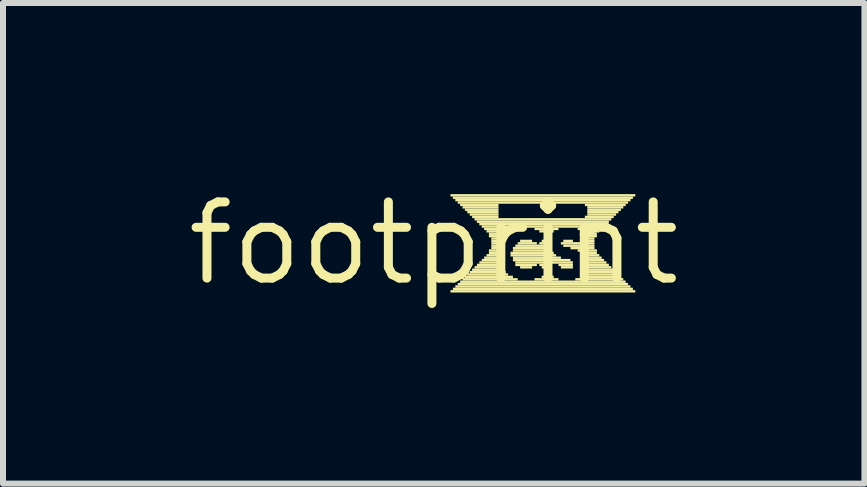
<source format=kicad_pcb>
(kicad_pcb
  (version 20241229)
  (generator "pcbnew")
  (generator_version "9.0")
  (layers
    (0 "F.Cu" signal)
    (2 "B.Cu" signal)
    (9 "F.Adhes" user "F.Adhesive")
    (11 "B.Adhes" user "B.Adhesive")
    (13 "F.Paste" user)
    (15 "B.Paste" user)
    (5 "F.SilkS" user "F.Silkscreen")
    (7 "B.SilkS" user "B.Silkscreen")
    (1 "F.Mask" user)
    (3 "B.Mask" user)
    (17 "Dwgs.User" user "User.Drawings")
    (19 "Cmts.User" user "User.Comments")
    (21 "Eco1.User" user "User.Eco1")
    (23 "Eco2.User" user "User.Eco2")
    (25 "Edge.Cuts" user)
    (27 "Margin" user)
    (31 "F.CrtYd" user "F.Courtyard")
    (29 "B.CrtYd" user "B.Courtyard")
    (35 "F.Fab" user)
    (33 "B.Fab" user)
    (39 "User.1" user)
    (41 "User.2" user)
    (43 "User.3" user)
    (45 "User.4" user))
  (footprint "footprint"
    (layer "F.Cu")
    (at 4.18 1.006)
    (property "Reference" "footprint" (at 0 0 0) (layer "F.SilkS") (effects (font (size 1.27 1.27) (thickness 0.15))))
    (fp_poly (pts (xy 0.28 -0.78) (xy 3.36 -0.78) (xy 3.36 -0.82) (xy 0.28 -0.82)) (stroke (width 0) (type solid)) (fill yes) (layer "F.SilkS"))
    (fp_poly (pts (xy 0.28 0.82) (xy 3.36 0.82) (xy 3.36 0.78) (xy 0.28 0.78)) (stroke (width 0) (type solid)) (fill yes) (layer "F.SilkS"))
    (fp_poly (pts (xy 0.32 -0.74) (xy 3.32 -0.74) (xy 3.32 -0.78) (xy 0.32 -0.78)) (stroke (width 0) (type solid)) (fill yes) (layer "F.SilkS"))
    (fp_poly (pts (xy 0.32 0.78) (xy 3.32 0.78) (xy 3.32 0.74) (xy 0.32 0.74)) (stroke (width 0) (type solid)) (fill yes) (layer "F.SilkS"))
    (fp_poly (pts (xy 0.36 -0.7) (xy 3.28 -0.7) (xy 3.28 -0.74) (xy 0.36 -0.74)) (stroke (width 0) (type solid)) (fill yes) (layer "F.SilkS"))
    (fp_poly (pts (xy 0.36 0.74) (xy 3.28 0.74) (xy 3.28 0.7) (xy 0.36 0.7)) (stroke (width 0) (type solid)) (fill yes) (layer "F.SilkS"))
    (fp_poly (pts (xy 0.4 -0.66) (xy 3.24 -0.66) (xy 3.24 -0.7) (xy 0.4 -0.7)) (stroke (width 0) (type solid)) (fill yes) (layer "F.SilkS"))
    (fp_poly (pts (xy 0.4 0.7) (xy 3.24 0.7) (xy 3.24 0.66) (xy 0.4 0.66)) (stroke (width 0) (type solid)) (fill yes) (layer "F.SilkS"))
    (fp_poly (pts (xy 0.44 -0.62) (xy 1.08 -0.62) (xy 1.08 -0.66) (xy 0.44 -0.66)) (stroke (width 0) (type solid)) (fill yes) (layer "F.SilkS"))
    (fp_poly (pts (xy 0.44 0.66) (xy 3.2 0.66) (xy 3.2 0.62) (xy 0.44 0.62)) (stroke (width 0) (type solid)) (fill yes) (layer "F.SilkS"))
    (fp_poly (pts (xy 0.48 -0.58) (xy 1.08 -0.58) (xy 1.08 -0.62) (xy 0.48 -0.62)) (stroke (width 0) (type solid)) (fill yes) (layer "F.SilkS"))
    (fp_poly (pts (xy 0.48 0.62) (xy 1.4 0.62) (xy 1.4 0.58) (xy 0.48 0.58)) (stroke (width 0) (type solid)) (fill yes) (layer "F.SilkS"))
    (fp_poly (pts (xy 0.52 -0.54) (xy 1.08 -0.54) (xy 1.08 -0.58) (xy 0.52 -0.58)) (stroke (width 0) (type solid)) (fill yes) (layer "F.SilkS"))
    (fp_poly (pts (xy 0.52 0.58) (xy 1.32 0.58) (xy 1.32 0.54) (xy 0.52 0.54)) (stroke (width 0) (type solid)) (fill yes) (layer "F.SilkS"))
    (fp_poly (pts (xy 0.56 -0.5) (xy 1.08 -0.5) (xy 1.08 -0.54) (xy 0.56 -0.54)) (stroke (width 0) (type solid)) (fill yes) (layer "F.SilkS"))
    (fp_poly (pts (xy 0.56 0.54) (xy 1.24 0.54) (xy 1.24 0.5) (xy 0.56 0.5)) (stroke (width 0) (type solid)) (fill yes) (layer "F.SilkS"))
    (fp_poly (pts (xy 0.6 -0.46) (xy 1.08 -0.46) (xy 1.08 -0.5) (xy 0.6 -0.5)) (stroke (width 0) (type solid)) (fill yes) (layer "F.SilkS"))
    (fp_poly (pts (xy 0.6 0.5) (xy 1.2 0.5) (xy 1.2 0.46) (xy 0.6 0.46)) (stroke (width 0) (type solid)) (fill yes) (layer "F.SilkS"))
    (fp_poly (pts (xy 0.64 -0.42) (xy 1.08 -0.42) (xy 1.08 -0.46) (xy 0.64 -0.46)) (stroke (width 0) (type solid)) (fill yes) (layer "F.SilkS"))
    (fp_poly (pts (xy 0.64 0.46) (xy 1.16 0.46) (xy 1.16 0.42) (xy 0.64 0.42)) (stroke (width 0) (type solid)) (fill yes) (layer "F.SilkS"))
    (fp_poly (pts (xy 0.68 -0.38) (xy 2.96 -0.38) (xy 2.96 -0.42) (xy 0.68 -0.42)) (stroke (width 0) (type solid)) (fill yes) (layer "F.SilkS"))
    (fp_poly (pts (xy 0.68 0.42) (xy 1.16 0.42) (xy 1.16 0.38) (xy 0.68 0.38)) (stroke (width 0) (type solid)) (fill yes) (layer "F.SilkS"))
    (fp_poly (pts (xy 0.72 -0.34) (xy 2.92 -0.34) (xy 2.92 -0.38) (xy 0.72 -0.38)) (stroke (width 0) (type solid)) (fill yes) (layer "F.SilkS"))
    (fp_poly (pts (xy 0.72 0.38) (xy 1.12 0.38) (xy 1.12 0.34) (xy 0.72 0.34)) (stroke (width 0) (type solid)) (fill yes) (layer "F.SilkS"))
    (fp_poly (pts (xy 0.76 -0.3) (xy 2.88 -0.3) (xy 2.88 -0.34) (xy 0.76 -0.34)) (stroke (width 0) (type solid)) (fill yes) (layer "F.SilkS"))
    (fp_poly (pts (xy 0.76 0.34) (xy 1.12 0.34) (xy 1.12 0.3) (xy 0.76 0.3)) (stroke (width 0) (type solid)) (fill yes) (layer "F.SilkS"))
    (fp_poly (pts (xy 0.8 -0.26) (xy 2.84 -0.26) (xy 2.84 -0.3) (xy 0.8 -0.3)) (stroke (width 0) (type solid)) (fill yes) (layer "F.SilkS"))
    (fp_poly (pts (xy 0.8 0.3) (xy 1.12 0.3) (xy 1.12 0.26) (xy 0.8 0.26)) (stroke (width 0) (type solid)) (fill yes) (layer "F.SilkS"))
    (fp_poly (pts (xy 0.84 -0.22) (xy 1.4 -0.22) (xy 1.4 -0.26) (xy 0.84 -0.26)) (stroke (width 0) (type solid)) (fill yes) (layer "F.SilkS"))
    (fp_poly (pts (xy 0.84 0.26) (xy 1.08 0.26) (xy 1.08 0.22) (xy 0.84 0.22)) (stroke (width 0) (type solid)) (fill yes) (layer "F.SilkS"))
    (fp_poly (pts (xy 0.88 -0.18) (xy 1.32 -0.18) (xy 1.32 -0.22) (xy 0.88 -0.22)) (stroke (width 0) (type solid)) (fill yes) (layer "F.SilkS"))
    (fp_poly (pts (xy 0.88 0.22) (xy 1.08 0.22) (xy 1.08 0.18) (xy 0.88 0.18)) (stroke (width 0) (type solid)) (fill yes) (layer "F.SilkS"))
    (fp_poly (pts (xy 0.92 -0.14) (xy 1.24 -0.14) (xy 1.24 -0.18) (xy 0.92 -0.18)) (stroke (width 0) (type solid)) (fill yes) (layer "F.SilkS"))
    (fp_poly (pts (xy 0.92 -0.1) (xy 1.2 -0.1) (xy 1.2 -0.14) (xy 0.92 -0.14)) (stroke (width 0) (type solid)) (fill yes) (layer "F.SilkS"))
    (fp_poly (pts (xy 0.92 0.14) (xy 1.08 0.14) (xy 1.08 0.1) (xy 0.92 0.1)) (stroke (width 0) (type solid)) (fill yes) (layer "F.SilkS"))
    (fp_poly (pts (xy 0.92 0.18) (xy 1.08 0.18) (xy 1.08 0.14) (xy 0.92 0.14)) (stroke (width 0) (type solid)) (fill yes) (layer "F.SilkS"))
    (fp_poly (pts (xy 0.96 -0.06) (xy 1.16 -0.06) (xy 1.16 -0.1) (xy 0.96 -0.1)) (stroke (width 0) (type solid)) (fill yes) (layer "F.SilkS"))
    (fp_poly (pts (xy 0.96 -0.02) (xy 1.16 -0.02) (xy 1.16 -0.06) (xy 0.96 -0.06)) (stroke (width 0) (type solid)) (fill yes) (layer "F.SilkS"))
    (fp_poly (pts (xy 0.96 0.02) (xy 1.12 0.02) (xy 1.12 -0.02) (xy 0.96 -0.02)) (stroke (width 0) (type solid)) (fill yes) (layer "F.SilkS"))
    (fp_poly (pts (xy 0.96 0.06) (xy 1.12 0.06) (xy 1.12 0.02) (xy 0.96 0.02)) (stroke (width 0) (type solid)) (fill yes) (layer "F.SilkS"))
    (fp_poly (pts (xy 0.96 0.1) (xy 1.12 0.1) (xy 1.12 0.06) (xy 0.96 0.06)) (stroke (width 0) (type solid)) (fill yes) (layer "F.SilkS"))
    (fp_poly (pts (xy 1.28 0.18) (xy 2 0.18) (xy 2 0.14) (xy 1.28 0.14)) (stroke (width 0) (type solid)) (fill yes) (layer "F.SilkS"))
    (fp_poly (pts (xy 1.28 0.22) (xy 2.04 0.22) (xy 2.04 0.18) (xy 1.28 0.18)) (stroke (width 0) (type solid)) (fill yes) (layer "F.SilkS"))
    (fp_poly (pts (xy 1.32 0.1) (xy 1.96 0.1) (xy 1.96 0.06) (xy 1.32 0.06)) (stroke (width 0) (type solid)) (fill yes) (layer "F.SilkS"))
    (fp_poly (pts (xy 1.32 0.14) (xy 1.96 0.14) (xy 1.96 0.1) (xy 1.32 0.1)) (stroke (width 0) (type solid)) (fill yes) (layer "F.SilkS"))
    (fp_poly (pts (xy 1.32 0.26) (xy 2.12 0.26) (xy 2.12 0.22) (xy 1.32 0.22)) (stroke (width 0) (type solid)) (fill yes) (layer "F.SilkS"))
    (fp_poly (pts (xy 1.32 0.3) (xy 2.28 0.3) (xy 2.28 0.26) (xy 1.32 0.26)) (stroke (width 0) (type solid)) (fill yes) (layer "F.SilkS"))
    (fp_poly (pts (xy 1.36 0.06) (xy 1.92 0.06) (xy 1.92 0.02) (xy 1.36 0.02)) (stroke (width 0) (type solid)) (fill yes) (layer "F.SilkS"))
    (fp_poly (pts (xy 1.36 0.34) (xy 2.32 0.34) (xy 2.32 0.3) (xy 1.36 0.3)) (stroke (width 0) (type solid)) (fill yes) (layer "F.SilkS"))
    (fp_poly (pts (xy 1.36 0.38) (xy 1.72 0.38) (xy 1.72 0.34) (xy 1.36 0.34)) (stroke (width 0) (type solid)) (fill yes) (layer "F.SilkS"))
    (fp_poly (pts (xy 1.4 0.02) (xy 1.72 0.02) (xy 1.72 -0.02) (xy 1.4 -0.02)) (stroke (width 0) (type solid)) (fill yes) (layer "F.SilkS"))
    (fp_poly (pts (xy 1.44 -0.02) (xy 1.64 -0.02) (xy 1.64 -0.06) (xy 1.44 -0.06)) (stroke (width 0) (type solid)) (fill yes) (layer "F.SilkS"))
    (fp_poly (pts (xy 1.44 0.42) (xy 1.64 0.42) (xy 1.64 0.38) (xy 1.44 0.38)) (stroke (width 0) (type solid)) (fill yes) (layer "F.SilkS"))
    (fp_poly (pts (xy 1.68 -0.22) (xy 2.08 -0.22) (xy 2.08 -0.26) (xy 1.68 -0.26)) (stroke (width 0) (type solid)) (fill yes) (layer "F.SilkS"))
    (fp_poly (pts (xy 1.68 0.62) (xy 2.08 0.62) (xy 2.08 0.58) (xy 1.68 0.58)) (stroke (width 0) (type solid)) (fill yes) (layer "F.SilkS"))
    (fp_poly (pts (xy 1.76 -0.18) (xy 2 -0.18) (xy 2 -0.22) (xy 1.76 -0.22)) (stroke (width 0) (type solid)) (fill yes) (layer "F.SilkS"))
    (fp_poly (pts (xy 1.76 0.02) (xy 1.92 0.02) (xy 1.92 -0.02) (xy 1.76 -0.02)) (stroke (width 0) (type solid)) (fill yes) (layer "F.SilkS"))
    (fp_poly (pts (xy 1.76 0.38) (xy 1.96 0.38) (xy 1.96 0.34) (xy 1.76 0.34)) (stroke (width 0) (type solid)) (fill yes) (layer "F.SilkS"))
    (fp_poly (pts (xy 1.8 -0.02) (xy 1.92 -0.02) (xy 1.92 -0.06) (xy 1.8 -0.06)) (stroke (width 0) (type solid)) (fill yes) (layer "F.SilkS"))
    (fp_poly (pts (xy 1.8 0.42) (xy 1.92 0.42) (xy 1.92 0.38) (xy 1.8 0.38)) (stroke (width 0) (type solid)) (fill yes) (layer "F.SilkS"))
    (fp_poly (pts (xy 1.8 0.58) (xy 2 0.58) (xy 2 0.54) (xy 1.8 0.54)) (stroke (width 0) (type solid)) (fill yes) (layer "F.SilkS"))
    (fp_poly (pts (xy 1.84 -0.14) (xy 1.96 -0.14) (xy 1.96 -0.18) (xy 1.84 -0.18)) (stroke (width 0) (type solid)) (fill yes) (layer "F.SilkS"))
    (fp_poly (pts (xy 1.84 -0.1) (xy 1.96 -0.1) (xy 1.96 -0.14) (xy 1.84 -0.14)) (stroke (width 0) (type solid)) (fill yes) (layer "F.SilkS"))
    (fp_poly (pts (xy 1.84 -0.06) (xy 1.92 -0.06) (xy 1.92 -0.1) (xy 1.84 -0.1)) (stroke (width 0) (type solid)) (fill yes) (layer "F.SilkS"))
    (fp_poly (pts (xy 1.84 0.46) (xy 1.92 0.46) (xy 1.92 0.42) (xy 1.84 0.42)) (stroke (width 0) (type solid)) (fill yes) (layer "F.SilkS"))
    (fp_poly (pts (xy 1.84 0.5) (xy 1.92 0.5) (xy 1.92 0.46) (xy 1.84 0.46)) (stroke (width 0) (type solid)) (fill yes) (layer "F.SilkS"))
    (fp_poly (pts (xy 1.84 0.54) (xy 1.96 0.54) (xy 1.96 0.5) (xy 1.84 0.5)) (stroke (width 0) (type solid)) (fill yes) (layer "F.SilkS"))
    (fp_poly (pts (xy 2.08 0.38) (xy 2.32 0.38) (xy 2.32 0.34) (xy 2.08 0.34)) (stroke (width 0) (type solid)) (fill yes) (layer "F.SilkS"))
    (fp_poly (pts (xy 2.12 0.02) (xy 2.68 0.02) (xy 2.68 -0.02) (xy 2.12 -0.02)) (stroke (width 0) (type solid)) (fill yes) (layer "F.SilkS"))
    (fp_poly (pts (xy 2.12 0.42) (xy 2.32 0.42) (xy 2.32 0.38) (xy 2.12 0.38)) (stroke (width 0) (type solid)) (fill yes) (layer "F.SilkS"))
    (fp_poly (pts (xy 2.16 -0.02) (xy 2.32 -0.02) (xy 2.32 -0.06) (xy 2.16 -0.06)) (stroke (width 0) (type solid)) (fill yes) (layer "F.SilkS"))
    (fp_poly (pts (xy 2.16 0.06) (xy 2.68 0.06) (xy 2.68 0.02) (xy 2.16 0.02)) (stroke (width 0) (type solid)) (fill yes) (layer "F.SilkS"))
    (fp_poly (pts (xy 2.28 0.1) (xy 2.68 0.1) (xy 2.68 0.06) (xy 2.28 0.06)) (stroke (width 0) (type solid)) (fill yes) (layer "F.SilkS"))
    (fp_poly (pts (xy 2.36 0.62) (xy 3.16 0.62) (xy 3.16 0.58) (xy 2.36 0.58)) (stroke (width 0) (type solid)) (fill yes) (layer "F.SilkS"))
    (fp_poly (pts (xy 2.4 -0.22) (xy 2.8 -0.22) (xy 2.8 -0.26) (xy 2.4 -0.26)) (stroke (width 0) (type solid)) (fill yes) (layer "F.SilkS"))
    (fp_poly (pts (xy 2.4 0.14) (xy 2.72 0.14) (xy 2.72 0.1) (xy 2.4 0.1)) (stroke (width 0) (type solid)) (fill yes) (layer "F.SilkS"))
    (fp_poly (pts (xy 2.44 -0.18) (xy 2.76 -0.18) (xy 2.76 -0.22) (xy 2.44 -0.22)) (stroke (width 0) (type solid)) (fill yes) (layer "F.SilkS"))
    (fp_poly (pts (xy 2.44 -0.02) (xy 2.68 -0.02) (xy 2.68 -0.06) (xy 2.44 -0.06)) (stroke (width 0) (type solid)) (fill yes) (layer "F.SilkS"))
    (fp_poly (pts (xy 2.44 0.58) (xy 3.12 0.58) (xy 3.12 0.54) (xy 2.44 0.54)) (stroke (width 0) (type solid)) (fill yes) (layer "F.SilkS"))
    (fp_poly (pts (xy 2.48 -0.14) (xy 2.72 -0.14) (xy 2.72 -0.18) (xy 2.48 -0.18)) (stroke (width 0) (type solid)) (fill yes) (layer "F.SilkS"))
    (fp_poly (pts (xy 2.48 -0.1) (xy 2.72 -0.1) (xy 2.72 -0.14) (xy 2.48 -0.14)) (stroke (width 0) (type solid)) (fill yes) (layer "F.SilkS"))
    (fp_poly (pts (xy 2.48 -0.06) (xy 2.68 -0.06) (xy 2.68 -0.1) (xy 2.48 -0.1)) (stroke (width 0) (type solid)) (fill yes) (layer "F.SilkS"))
    (fp_poly (pts (xy 2.48 0.18) (xy 2.72 0.18) (xy 2.72 0.14) (xy 2.48 0.14)) (stroke (width 0) (type solid)) (fill yes) (layer "F.SilkS"))
    (fp_poly (pts (xy 2.48 0.54) (xy 3.08 0.54) (xy 3.08 0.5) (xy 2.48 0.5)) (stroke (width 0) (type solid)) (fill yes) (layer "F.SilkS"))
    (fp_poly (pts (xy 2.52 -0.62) (xy 3.2 -0.62) (xy 3.2 -0.66) (xy 2.52 -0.66)) (stroke (width 0) (type solid)) (fill yes) (layer "F.SilkS"))
    (fp_poly (pts (xy 2.52 -0.42) (xy 3 -0.42) (xy 3 -0.46) (xy 2.52 -0.46)) (stroke (width 0) (type solid)) (fill yes) (layer "F.SilkS"))
    (fp_poly (pts (xy 2.52 0.22) (xy 2.76 0.22) (xy 2.76 0.18) (xy 2.52 0.18)) (stroke (width 0) (type solid)) (fill yes) (layer "F.SilkS"))
    (fp_poly (pts (xy 2.52 0.26) (xy 2.8 0.26) (xy 2.8 0.22) (xy 2.52 0.22)) (stroke (width 0) (type solid)) (fill yes) (layer "F.SilkS"))
    (fp_poly (pts (xy 2.52 0.46) (xy 3 0.46) (xy 3 0.42) (xy 2.52 0.42)) (stroke (width 0) (type solid)) (fill yes) (layer "F.SilkS"))
    (fp_poly (pts (xy 2.52 0.5) (xy 3.04 0.5) (xy 3.04 0.46) (xy 2.52 0.46)) (stroke (width 0) (type solid)) (fill yes) (layer "F.SilkS"))
    (fp_poly (pts (xy 2.56 -0.58) (xy 3.16 -0.58) (xy 3.16 -0.62) (xy 2.56 -0.62)) (stroke (width 0) (type solid)) (fill yes) (layer "F.SilkS"))
    (fp_poly (pts (xy 2.56 -0.54) (xy 3.12 -0.54) (xy 3.12 -0.58) (xy 2.56 -0.58)) (stroke (width 0) (type solid)) (fill yes) (layer "F.SilkS"))
    (fp_poly (pts (xy 2.56 -0.5) (xy 3.08 -0.5) (xy 3.08 -0.54) (xy 2.56 -0.54)) (stroke (width 0) (type solid)) (fill yes) (layer "F.SilkS"))
    (fp_poly (pts (xy 2.56 -0.46) (xy 3.04 -0.46) (xy 3.04 -0.5) (xy 2.56 -0.5)) (stroke (width 0) (type solid)) (fill yes) (layer "F.SilkS"))
    (fp_poly (pts (xy 2.56 0.3) (xy 2.84 0.3) (xy 2.84 0.26) (xy 2.56 0.26)) (stroke (width 0) (type solid)) (fill yes) (layer "F.SilkS"))
    (fp_poly (pts (xy 2.56 0.34) (xy 2.88 0.34) (xy 2.88 0.3) (xy 2.56 0.3)) (stroke (width 0) (type solid)) (fill yes) (layer "F.SilkS"))
    (fp_poly (pts (xy 2.56 0.38) (xy 2.92 0.38) (xy 2.92 0.34) (xy 2.56 0.34)) (stroke (width 0) (type solid)) (fill yes) (layer "F.SilkS"))
    (fp_poly (pts (xy 2.56 0.42) (xy 2.96 0.42) (xy 2.96 0.38) (xy 2.56 0.38)) (stroke (width 0) (type solid)) (fill yes) (layer "F.SilkS")))
  (gr_rect
    (start -3 -3)
    (end 11.36 5.012)
    (stroke (width 0.1) (type default))
    (fill no)
    (layer "Edge.Cuts")))
</source>
